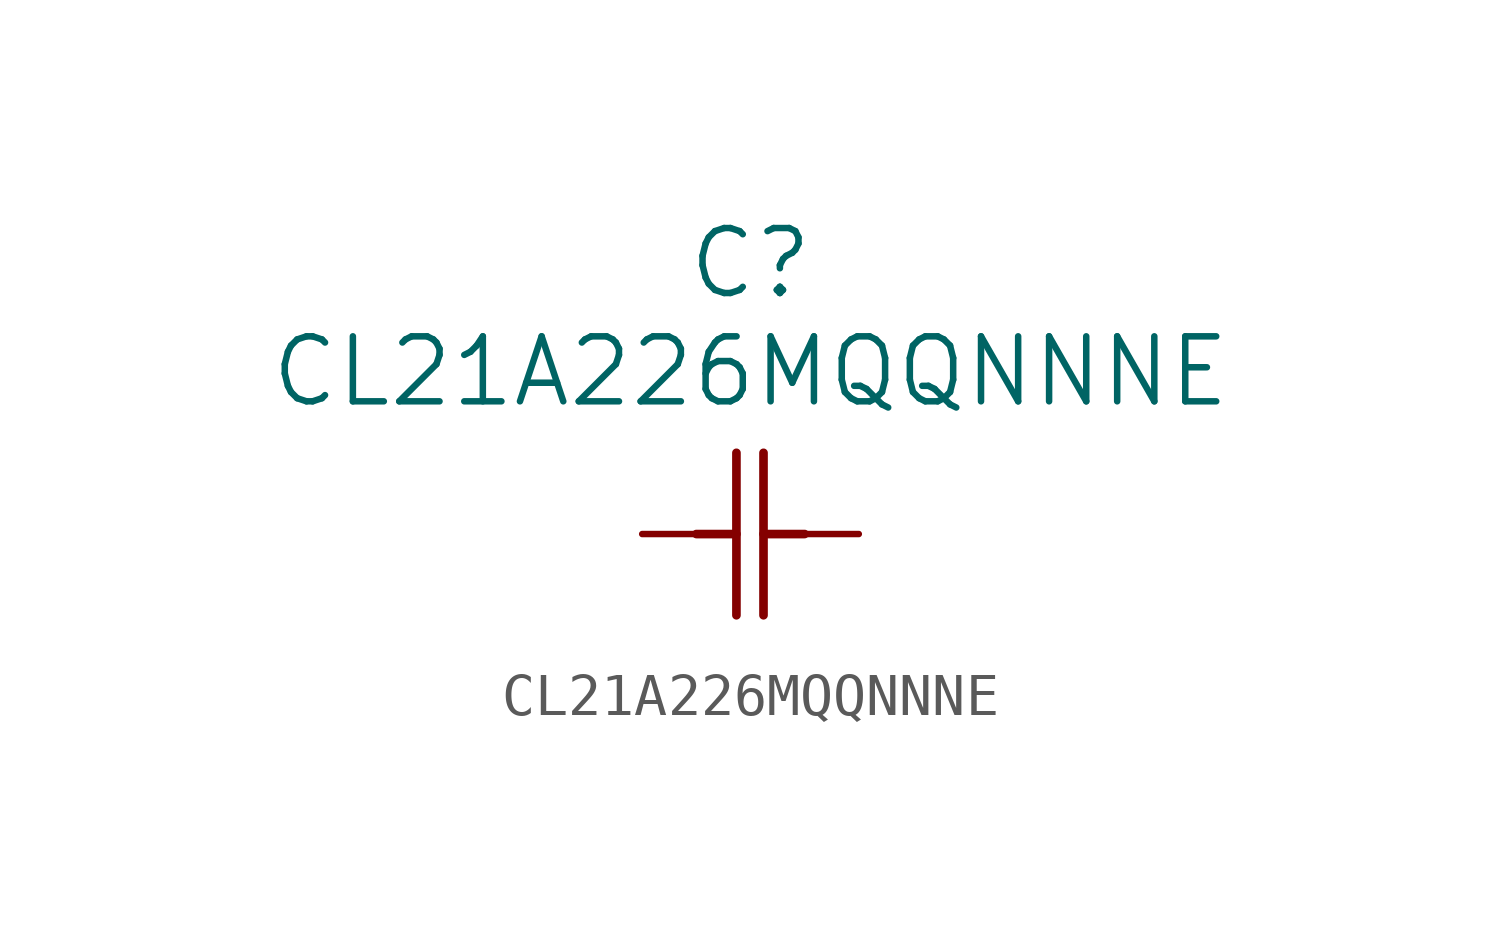
<source format=kicad_sym>
(kicad_symbol_lib
  (version 20220328)
  (generator kicad_symbol_editor)
  (symbol "CL21A226MQQNNNE"
    (pin_numbers hide)
    (pin_names
      (offset 1.651) hide)
    (property "Reference" "C"
      (at 0 6.35 0)
      (effects (font (size 1.524 1.524))))
    (property "Value" "CL21A226MQQNNNE"
      (at 0 3.81 0)
      (effects (font (size 1.524 1.524))))
    (symbol "CL21A226MQQNNNE_1_1"
      (polyline (pts (xy -1.27 0) (xy -0.33 0)) (stroke (width 0.203) (type solid)) (fill (type none)))
      (polyline (pts (xy -0.33 -1.905) (xy -0.33 1.905)) (stroke (width 0.203) (type solid)) (fill (type none)))
      (polyline (pts (xy 0.305 -1.905) (xy 0.305 1.905)) (stroke (width 0.203) (type solid)) (fill (type none)))
      (polyline (pts (xy 0.305 0) (xy 1.27 0)) (stroke (width 0.203) (type solid)) (fill (type none)))
      (pin unspecified line (at -2.54 0 0) (length 1.27) (name "1" (effects (font (size 1.499 1.499)))) (number "1" (effects (font (size 1.499 1.499)))))
      (pin unspecified line (at 2.54 0 180) (length 1.27) (name "2" (effects (font (size 1.499 1.499)))) (number "2" (effects (font (size 1.499 1.499))))))))
</source>
